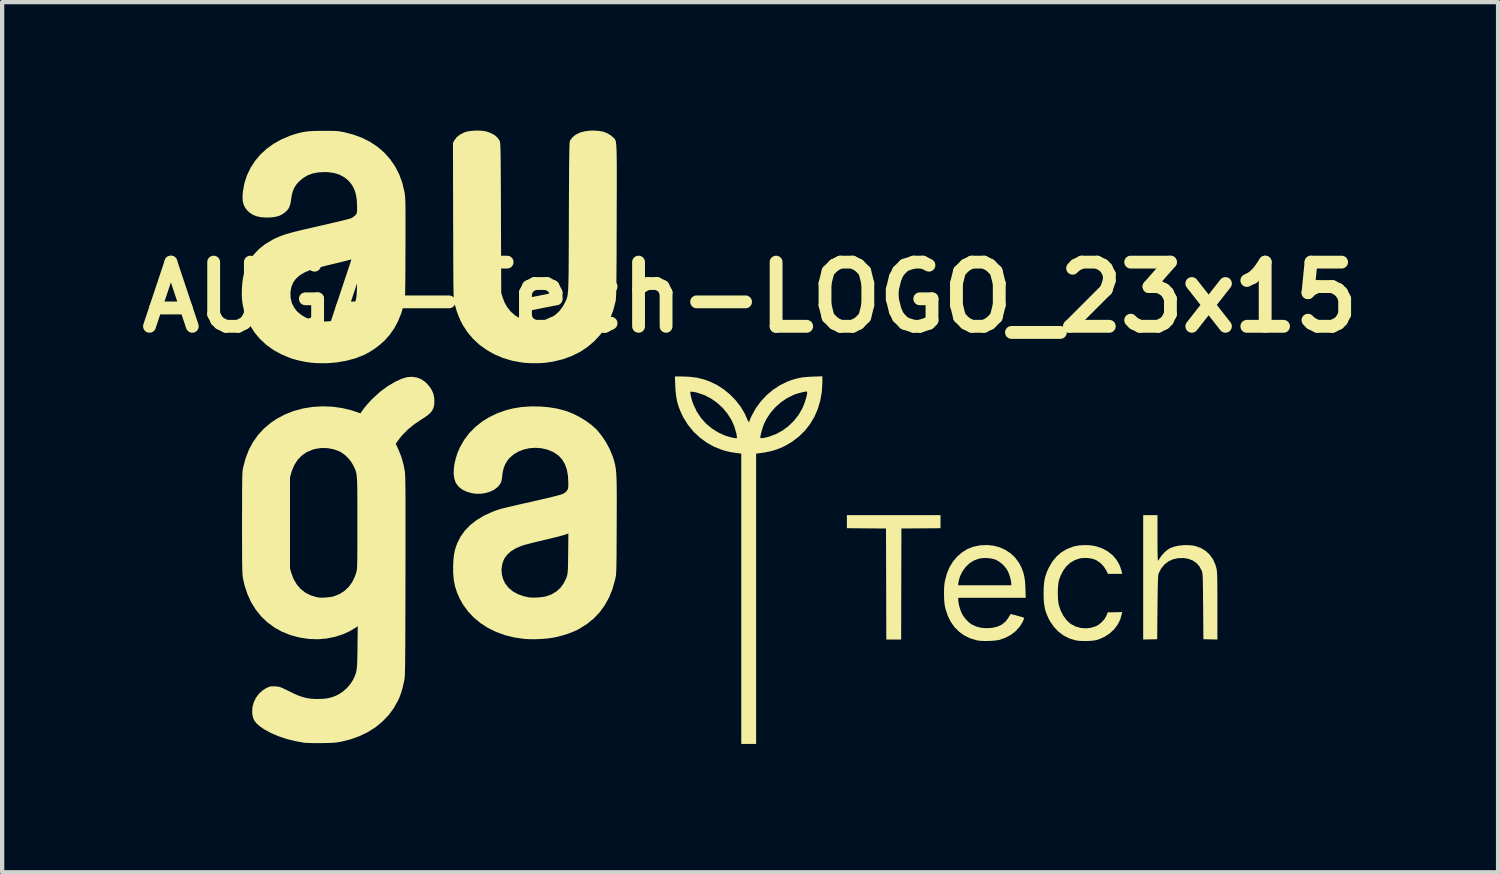
<source format=kicad_pcb>
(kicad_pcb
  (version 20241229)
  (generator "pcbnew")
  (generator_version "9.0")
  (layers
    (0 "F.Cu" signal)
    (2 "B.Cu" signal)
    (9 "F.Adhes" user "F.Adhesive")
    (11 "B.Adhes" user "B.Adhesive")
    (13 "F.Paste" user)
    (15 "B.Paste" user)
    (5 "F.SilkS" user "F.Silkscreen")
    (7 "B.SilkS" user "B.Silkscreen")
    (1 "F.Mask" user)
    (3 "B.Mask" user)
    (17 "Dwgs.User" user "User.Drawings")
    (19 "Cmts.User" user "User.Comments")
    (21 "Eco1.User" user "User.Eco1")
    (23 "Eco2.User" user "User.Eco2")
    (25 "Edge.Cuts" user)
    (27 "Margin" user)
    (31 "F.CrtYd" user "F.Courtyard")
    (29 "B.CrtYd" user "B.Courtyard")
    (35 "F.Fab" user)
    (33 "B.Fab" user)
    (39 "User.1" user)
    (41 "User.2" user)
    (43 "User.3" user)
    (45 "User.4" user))
  (footprint "AUGA-Tech-LOGO_23x15"
    (layer "F.Cu")
    (at 13.979 7.147)
    (property "Reference" "AUGA-Tech-LOGO_23x15" (at 0.5 -3.25 0) (layer "F.SilkS") (effects (font (size 1.5 1.5) (thickness 0.3))))
    (attr board_only exclude_from_pos_files exclude_from_bom)
    (fp_poly (pts (xy 4.949 1.993) (xy 4.949 2.146) (xy 4.492 2.15) (xy 4.035 2.153) (xy 4.032 3.45) (xy 4.029 4.747) (xy 3.855 4.747) (xy 3.682 4.747) (xy 3.679 3.45) (xy 3.675 2.153) (xy 3.218 2.15) (xy 2.761 2.146) (xy 2.761 1.993) (xy 2.761 1.84) (xy 3.855 1.84) (xy 4.949 1.84)) (stroke (width 0) (type solid)) (fill yes) (layer "F.SilkS"))
    (fp_poly (pts (xy 10.019 2.373) (xy 10.019 2.49) (xy 10.02 2.597) (xy 10.021 2.693) (xy 10.022 2.775) (xy 10.024 2.839) (xy 10.026 2.883) (xy 10.028 2.905) (xy 10.029 2.906) (xy 10.04 2.896) (xy 10.06 2.868) (xy 10.079 2.839) (xy 10.124 2.775) (xy 10.183 2.711) (xy 10.247 2.655) (xy 10.308 2.615) (xy 10.31 2.615) (xy 10.398 2.58) (xy 10.503 2.556) (xy 10.617 2.543) (xy 10.734 2.541) (xy 10.844 2.551) (xy 10.911 2.564) (xy 11.037 2.611) (xy 11.147 2.678) (xy 11.24 2.765) (xy 11.315 2.871) (xy 11.371 2.994) (xy 11.398 3.089) (xy 11.403 3.113) (xy 11.406 3.141) (xy 11.41 3.176) (xy 11.412 3.22) (xy 11.415 3.274) (xy 11.416 3.342) (xy 11.417 3.426) (xy 11.418 3.527) (xy 11.419 3.648) (xy 11.419 3.791) (xy 11.419 3.959) (xy 11.419 3.966) (xy 11.419 4.747) (xy 11.256 4.744) (xy 11.092 4.74) (xy 11.086 3.973) (xy 11.084 3.811) (xy 11.083 3.673) (xy 11.082 3.558) (xy 11.08 3.462) (xy 11.079 3.384) (xy 11.077 3.322) (xy 11.075 3.273) (xy 11.072 3.235) (xy 11.069 3.205) (xy 11.065 3.183) (xy 11.061 3.164) (xy 11.055 3.148) (xy 11.049 3.131) (xy 11.048 3.131) (xy 10.996 3.034) (xy 10.925 2.956) (xy 10.836 2.897) (xy 10.733 2.859) (xy 10.634 2.844) (xy 10.503 2.846) (xy 10.384 2.872) (xy 10.277 2.92) (xy 10.186 2.99) (xy 10.11 3.08) (xy 10.052 3.19) (xy 10.041 3.22) (xy 10.037 3.243) (xy 10.033 3.294) (xy 10.03 3.369) (xy 10.027 3.47) (xy 10.024 3.596) (xy 10.022 3.745) (xy 10.02 3.918) (xy 10.019 4) (xy 10.012 4.74) (xy 9.849 4.744) (xy 9.685 4.747) (xy 9.685 3.294) (xy 9.685 1.84) (xy 9.852 1.84) (xy 10.019 1.84)) (stroke (width 0) (type solid)) (fill yes) (layer "F.SilkS"))
    (fp_poly (pts (xy 8.419 2.543) (xy 8.536 2.558) (xy 8.597 2.572) (xy 8.74 2.623) (xy 8.865 2.693) (xy 8.973 2.78) (xy 9.061 2.882) (xy 9.128 2.998) (xy 9.151 3.056) (xy 9.166 3.104) (xy 9.18 3.15) (xy 9.184 3.17) (xy 9.194 3.213) (xy 9.028 3.213) (xy 8.862 3.213) (xy 8.82 3.129) (xy 8.762 3.039) (xy 8.686 2.96) (xy 8.597 2.898) (xy 8.569 2.884) (xy 8.497 2.86) (xy 8.409 2.845) (xy 8.317 2.841) (xy 8.23 2.847) (xy 8.206 2.852) (xy 8.09 2.89) (xy 7.985 2.951) (xy 7.892 3.034) (xy 7.815 3.138) (xy 7.753 3.26) (xy 7.714 3.373) (xy 7.702 3.438) (xy 7.694 3.521) (xy 7.69 3.615) (xy 7.691 3.713) (xy 7.695 3.807) (xy 7.704 3.889) (xy 7.715 3.947) (xy 7.759 4.075) (xy 7.818 4.19) (xy 7.89 4.289) (xy 7.971 4.367) (xy 7.996 4.385) (xy 8.102 4.441) (xy 8.218 4.475) (xy 8.34 4.486) (xy 8.461 4.474) (xy 8.577 4.438) (xy 8.589 4.433) (xy 8.657 4.392) (xy 8.723 4.335) (xy 8.781 4.268) (xy 8.821 4.201) (xy 8.829 4.184) (xy 8.855 4.113) (xy 9.024 4.11) (xy 9.193 4.106) (xy 9.184 4.156) (xy 9.148 4.282) (xy 9.088 4.4) (xy 9.007 4.508) (xy 8.907 4.601) (xy 8.791 4.679) (xy 8.66 4.738) (xy 8.649 4.742) (xy 8.598 4.758) (xy 8.55 4.768) (xy 8.498 4.775) (xy 8.433 4.78) (xy 8.371 4.782) (xy 8.263 4.782) (xy 8.175 4.777) (xy 8.104 4.766) (xy 7.958 4.721) (xy 7.824 4.653) (xy 7.703 4.562) (xy 7.598 4.451) (xy 7.508 4.321) (xy 7.469 4.245) (xy 7.429 4.154) (xy 7.399 4.067) (xy 7.379 3.979) (xy 7.366 3.882) (xy 7.359 3.77) (xy 7.358 3.667) (xy 7.36 3.538) (xy 7.368 3.43) (xy 7.383 3.334) (xy 7.406 3.246) (xy 7.438 3.159) (xy 7.477 3.073) (xy 7.559 2.931) (xy 7.657 2.811) (xy 7.769 2.712) (xy 7.898 2.635) (xy 8.042 2.578) (xy 8.065 2.572) (xy 8.173 2.55) (xy 8.294 2.541)) (stroke (width 0) (type solid)) (fill yes) (layer "F.SilkS"))
    (fp_poly (pts (xy 6.192 2.555) (xy 6.334 2.594) (xy 6.467 2.654) (xy 6.587 2.734) (xy 6.691 2.831) (xy 6.777 2.946) (xy 6.816 3.016) (xy 6.856 3.104) (xy 6.886 3.189) (xy 6.907 3.276) (xy 6.922 3.372) (xy 6.93 3.485) (xy 6.933 3.557) (xy 6.94 3.773) (xy 6.152 3.773) (xy 5.363 3.773) (xy 5.363 3.817) (xy 5.369 3.88) (xy 5.384 3.957) (xy 5.407 4.037) (xy 5.434 4.11) (xy 5.442 4.129) (xy 5.485 4.202) (xy 5.542 4.276) (xy 5.607 4.342) (xy 5.673 4.392) (xy 5.68 4.396) (xy 5.787 4.445) (xy 5.906 4.474) (xy 6.03 4.483) (xy 6.164 4.474) (xy 6.282 4.445) (xy 6.384 4.396) (xy 6.469 4.327) (xy 6.535 4.24) (xy 6.554 4.205) (xy 6.577 4.166) (xy 6.597 4.152) (xy 6.603 4.153) (xy 6.624 4.159) (xy 6.664 4.17) (xy 6.717 4.184) (xy 6.757 4.195) (xy 6.813 4.211) (xy 6.86 4.225) (xy 6.891 4.235) (xy 6.901 4.24) (xy 6.9 4.255) (xy 6.889 4.287) (xy 6.869 4.331) (xy 6.862 4.348) (xy 6.792 4.457) (xy 6.701 4.555) (xy 6.592 4.639) (xy 6.466 4.706) (xy 6.33 4.755) (xy 6.268 4.766) (xy 6.188 4.775) (xy 6.097 4.78) (xy 6.004 4.782) (xy 5.915 4.78) (xy 5.84 4.773) (xy 5.803 4.767) (xy 5.649 4.722) (xy 5.509 4.655) (xy 5.385 4.567) (xy 5.277 4.459) (xy 5.188 4.333) (xy 5.117 4.189) (xy 5.065 4.029) (xy 5.05 3.962) (xy 5.038 3.874) (xy 5.032 3.769) (xy 5.03 3.657) (xy 5.033 3.546) (xy 5.038 3.48) (xy 5.363 3.48) (xy 5.983 3.48) (xy 6.603 3.48) (xy 6.603 3.45) (xy 6.598 3.397) (xy 6.584 3.329) (xy 6.564 3.257) (xy 6.54 3.19) (xy 6.523 3.151) (xy 6.474 3.074) (xy 6.408 2.999) (xy 6.332 2.936) (xy 6.254 2.889) (xy 6.236 2.881) (xy 6.143 2.855) (xy 6.037 2.843) (xy 5.931 2.845) (xy 5.843 2.859) (xy 5.729 2.901) (xy 5.626 2.966) (xy 5.536 3.052) (xy 5.462 3.154) (xy 5.405 3.271) (xy 5.383 3.343) (xy 5.372 3.39) (xy 5.365 3.431) (xy 5.363 3.449) (xy 5.363 3.48) (xy 5.038 3.48) (xy 5.041 3.446) (xy 5.05 3.387) (xy 5.093 3.218) (xy 5.154 3.068) (xy 5.234 2.934) (xy 5.335 2.813) (xy 5.348 2.8) (xy 5.46 2.705) (xy 5.579 2.632) (xy 5.709 2.581) (xy 5.855 2.55) (xy 5.885 2.546) (xy 6.041 2.539)) (stroke (width 0) (type solid)) (fill yes) (layer "F.SilkS"))
    (fp_poly (pts (xy 2.188 -1.265) (xy 2.176 -1.046) (xy 2.14 -0.838) (xy 2.082 -0.641) (xy 2.002 -0.457) (xy 1.9 -0.286) (xy 1.778 -0.131) (xy 1.636 0.008) (xy 1.475 0.129) (xy 1.324 0.218) (xy 1.207 0.273) (xy 1.091 0.316) (xy 0.969 0.35) (xy 0.833 0.377) (xy 0.71 0.394) (xy 0.64 0.403) (xy 0.64 3.795) (xy 0.64 7.187) (xy 0.467 7.187) (xy 0.293 7.187) (xy 0.293 3.795) (xy 0.293 0.403) (xy 0.223 0.394) (xy 0.109 0.379) (xy 0.014 0.362) (xy -0.07 0.342) (xy -0.149 0.319) (xy -0.338 0.244) (xy -0.514 0.147) (xy -0.676 0.028) (xy -0.822 -0.109) (xy -0.949 -0.264) (xy -1.056 -0.434) (xy -1.07 -0.461) (xy -1.129 -0.586) (xy -1.174 -0.704) (xy -1.208 -0.823) (xy -1.231 -0.951) (xy -1.238 -1.024) (xy -0.898 -1.024) (xy -0.893 -0.986) (xy -0.883 -0.934) (xy -0.868 -0.875) (xy -0.85 -0.813) (xy -0.83 -0.757) (xy -0.828 -0.752) (xy -0.749 -0.584) (xy -0.649 -0.432) (xy -0.53 -0.298) (xy -0.392 -0.183) (xy -0.237 -0.087) (xy -0.102 -0.026) (xy -0.046 -0.006) (xy 0.015 0.012) (xy 0.075 0.028) (xy 0.128 0.038) (xy 0.168 0.044) (xy 0.189 0.042) (xy 0.19 0.042) (xy 0.192 0.025) (xy 0.191 0.024) (xy 0.738 0.024) (xy 0.74 0.039) (xy 0.757 0.043) (xy 0.795 0.04) (xy 0.85 0.03) (xy 0.917 0.014) (xy 0.947 0.005) (xy 1.106 -0.054) (xy 1.257 -0.137) (xy 1.397 -0.24) (xy 1.522 -0.362) (xy 1.63 -0.499) (xy 1.717 -0.648) (xy 1.728 -0.672) (xy 1.754 -0.734) (xy 1.779 -0.801) (xy 1.8 -0.869) (xy 1.817 -0.932) (xy 1.829 -0.986) (xy 1.833 -1.025) (xy 1.829 -1.045) (xy 1.828 -1.046) (xy 1.808 -1.047) (xy 1.769 -1.042) (xy 1.717 -1.03) (xy 1.657 -1.015) (xy 1.596 -0.998) (xy 1.54 -0.979) (xy 1.521 -0.971) (xy 1.369 -0.897) (xy 1.226 -0.801) (xy 1.095 -0.686) (xy 0.98 -0.555) (xy 0.885 -0.412) (xy 0.827 -0.296) (xy 0.808 -0.245) (xy 0.788 -0.186) (xy 0.77 -0.123) (xy 0.754 -0.063) (xy 0.743 -0.012) (xy 0.738 0.024) (xy 0.191 0.024) (xy 0.188 -0.01) (xy 0.18 -0.057) (xy 0.178 -0.067) (xy 0.131 -0.231) (xy 0.061 -0.388) (xy -0.031 -0.533) (xy -0.142 -0.666) (xy -0.269 -0.783) (xy -0.41 -0.882) (xy -0.562 -0.961) (xy -0.724 -1.017) (xy -0.787 -1.032) (xy -0.836 -1.04) (xy -0.874 -1.045) (xy -0.894 -1.044) (xy -0.895 -1.043) (xy -0.898 -1.024) (xy -1.238 -1.024) (xy -1.245 -1.092) (xy -1.25 -1.197) (xy -1.258 -1.4) (xy -1.092 -1.4) (xy -0.909 -1.392) (xy -0.743 -1.371) (xy -0.586 -1.333) (xy -0.443 -1.282) (xy -0.275 -1.201) (xy -0.116 -1.098) (xy 0.032 -0.977) (xy 0.165 -0.84) (xy 0.279 -0.692) (xy 0.373 -0.534) (xy 0.422 -0.424) (xy 0.444 -0.374) (xy 0.462 -0.342) (xy 0.474 -0.332) (xy 0.48 -0.343) (xy 0.48 -0.348) (xy 0.486 -0.366) (xy 0.5 -0.402) (xy 0.521 -0.449) (xy 0.534 -0.477) (xy 0.629 -0.651) (xy 0.746 -0.812) (xy 0.881 -0.958) (xy 1.031 -1.086) (xy 1.195 -1.194) (xy 1.369 -1.279) (xy 1.459 -1.313) (xy 1.549 -1.341) (xy 1.633 -1.362) (xy 1.717 -1.377) (xy 1.81 -1.387) (xy 1.92 -1.394) (xy 1.964 -1.396) (xy 2.188 -1.404)) (stroke (width 0) (type solid)) (fill yes) (layer "F.SilkS"))
    (fp_poly (pts (xy -3.046 -7.14) (xy -2.934 -7.12) (xy -2.839 -7.084) (xy -2.754 -7.032) (xy -2.714 -6.998) (xy -2.7 -6.986) (xy -2.687 -6.975) (xy -2.676 -6.965) (xy -2.666 -6.954) (xy -2.657 -6.941) (xy -2.649 -6.924) (xy -2.642 -6.902) (xy -2.636 -6.874) (xy -2.631 -6.838) (xy -2.627 -6.794) (xy -2.624 -6.738) (xy -2.621 -6.671) (xy -2.619 -6.591) (xy -2.618 -6.497) (xy -2.617 -6.386) (xy -2.616 -6.259) (xy -2.616 -6.113) (xy -2.616 -5.947) (xy -2.616 -5.76) (xy -2.617 -5.551) (xy -2.618 -5.317) (xy -2.618 -5.059) (xy -2.618 -5.047) (xy -2.619 -4.79) (xy -2.62 -4.559) (xy -2.62 -4.352) (xy -2.621 -4.167) (xy -2.622 -4.003) (xy -2.623 -3.859) (xy -2.624 -3.733) (xy -2.625 -3.624) (xy -2.626 -3.531) (xy -2.627 -3.451) (xy -2.629 -3.384) (xy -2.63 -3.328) (xy -2.632 -3.282) (xy -2.634 -3.245) (xy -2.637 -3.214) (xy -2.639 -3.189) (xy -2.642 -3.168) (xy -2.646 -3.15) (xy -2.646 -3.147) (xy -2.703 -2.932) (xy -2.781 -2.731) (xy -2.881 -2.546) (xy -3 -2.377) (xy -3.139 -2.226) (xy -3.297 -2.092) (xy -3.471 -1.976) (xy -3.663 -1.88) (xy -3.87 -1.804) (xy -4.092 -1.749) (xy -4.276 -1.721) (xy -4.389 -1.712) (xy -4.517 -1.709) (xy -4.648 -1.711) (xy -4.772 -1.719) (xy -4.843 -1.727) (xy -5.066 -1.769) (xy -5.278 -1.833) (xy -5.476 -1.917) (xy -5.66 -2.021) (xy -5.827 -2.142) (xy -5.977 -2.282) (xy -6.108 -2.437) (xy -6.218 -2.608) (xy -6.269 -2.708) (xy -6.318 -2.822) (xy -6.358 -2.933) (xy -6.393 -3.055) (xy -6.407 -3.112) (xy -6.411 -3.13) (xy -6.415 -3.147) (xy -6.418 -3.165) (xy -6.421 -3.186) (xy -6.424 -3.212) (xy -6.426 -3.242) (xy -6.428 -3.28) (xy -6.43 -3.325) (xy -6.431 -3.381) (xy -6.432 -3.447) (xy -6.434 -3.526) (xy -6.435 -3.619) (xy -6.435 -3.728) (xy -6.436 -3.853) (xy -6.437 -3.996) (xy -6.437 -4.158) (xy -6.438 -4.342) (xy -6.438 -4.548) (xy -6.439 -4.778) (xy -6.44 -5.033) (xy -6.44 -5.047) (xy -6.444 -6.86) (xy -6.404 -6.928) (xy -6.351 -6.997) (xy -6.275 -7.055) (xy -6.175 -7.104) (xy -6.165 -7.108) (xy -6.101 -7.126) (xy -6.02 -7.138) (xy -5.928 -7.145) (xy -5.835 -7.146) (xy -5.748 -7.14) (xy -5.675 -7.128) (xy -5.67 -7.127) (xy -5.561 -7.089) (xy -5.469 -7.038) (xy -5.398 -6.975) (xy -5.354 -6.91) (xy -5.351 -6.902) (xy -5.347 -6.892) (xy -5.345 -6.878) (xy -5.342 -6.86) (xy -5.34 -6.836) (xy -5.338 -6.804) (xy -5.336 -6.763) (xy -5.334 -6.713) (xy -5.333 -6.65) (xy -5.331 -6.575) (xy -5.33 -6.485) (xy -5.329 -6.379) (xy -5.328 -6.256) (xy -5.327 -6.115) (xy -5.326 -5.954) (xy -5.325 -5.771) (xy -5.324 -5.566) (xy -5.323 -5.337) (xy -5.323 -5.107) (xy -5.316 -3.353) (xy -5.285 -3.253) (xy -5.238 -3.129) (xy -5.179 -3.022) (xy -5.102 -2.926) (xy -5.083 -2.905) (xy -4.98 -2.817) (xy -4.865 -2.752) (xy -4.738 -2.709) (xy -4.594 -2.686) (xy -4.583 -2.685) (xy -4.439 -2.688) (xy -4.303 -2.713) (xy -4.176 -2.762) (xy -4.062 -2.832) (xy -3.963 -2.921) (xy -3.88 -3.029) (xy -3.844 -3.095) (xy -3.829 -3.123) (xy -3.817 -3.148) (xy -3.805 -3.171) (xy -3.795 -3.194) (xy -3.786 -3.217) (xy -3.778 -3.243) (xy -3.771 -3.272) (xy -3.765 -3.307) (xy -3.76 -3.349) (xy -3.755 -3.399) (xy -3.751 -3.458) (xy -3.748 -3.528) (xy -3.746 -3.611) (xy -3.744 -3.707) (xy -3.742 -3.819) (xy -3.741 -3.948) (xy -3.74 -4.095) (xy -3.739 -4.261) (xy -3.738 -4.449) (xy -3.737 -4.659) (xy -3.736 -4.893) (xy -3.736 -5.12) (xy -3.735 -5.373) (xy -3.734 -5.601) (xy -3.733 -5.805) (xy -3.732 -5.987) (xy -3.731 -6.147) (xy -3.73 -6.287) (xy -3.729 -6.409) (xy -3.727 -6.514) (xy -3.726 -6.602) (xy -3.725 -6.677) (xy -3.723 -6.738) (xy -3.722 -6.787) (xy -3.72 -6.826) (xy -3.718 -6.857) (xy -3.715 -6.879) (xy -3.713 -6.895) (xy -3.71 -6.906) (xy -3.707 -6.914) (xy -3.707 -6.914) (xy -3.65 -6.99) (xy -3.572 -7.052) (xy -3.475 -7.099) (xy -3.36 -7.13) (xy -3.229 -7.145) (xy -3.177 -7.147)) (stroke (width 0) (type solid)) (fill yes) (layer "F.SilkS"))
    (fp_poly (pts (xy -4.425 -0.699) (xy -4.216 -0.682) (xy -4.016 -0.65) (xy -3.83 -0.602) (xy -3.776 -0.584) (xy -3.625 -0.523) (xy -3.476 -0.447) (xy -3.335 -0.36) (xy -3.207 -0.266) (xy -3.098 -0.169) (xy -3.076 -0.146) (xy -2.967 -0.012) (xy -2.867 0.138) (xy -2.781 0.298) (xy -2.714 0.46) (xy -2.689 0.536) (xy -2.676 0.582) (xy -2.665 0.624) (xy -2.655 0.665) (xy -2.647 0.708) (xy -2.64 0.753) (xy -2.634 0.803) (xy -2.629 0.86) (xy -2.625 0.926) (xy -2.622 1.003) (xy -2.619 1.091) (xy -2.618 1.195) (xy -2.617 1.314) (xy -2.616 1.452) (xy -2.617 1.611) (xy -2.617 1.791) (xy -2.618 1.996) (xy -2.618 2.074) (xy -2.619 2.274) (xy -2.62 2.449) (xy -2.621 2.601) (xy -2.621 2.733) (xy -2.622 2.845) (xy -2.624 2.939) (xy -2.625 3.019) (xy -2.626 3.084) (xy -2.628 3.139) (xy -2.631 3.183) (xy -2.633 3.219) (xy -2.636 3.249) (xy -2.64 3.275) (xy -2.644 3.299) (xy -2.649 3.322) (xy -2.653 3.34) (xy -2.714 3.559) (xy -2.794 3.76) (xy -2.894 3.942) (xy -3.013 4.107) (xy -3.152 4.254) (xy -3.311 4.383) (xy -3.49 4.496) (xy -3.553 4.529) (xy -3.647 4.571) (xy -3.76 4.613) (xy -3.881 4.651) (xy -4.002 4.683) (xy -4.111 4.706) (xy -4.227 4.722) (xy -4.357 4.733) (xy -4.494 4.739) (xy -4.627 4.74) (xy -4.747 4.735) (xy -4.781 4.732) (xy -5.012 4.699) (xy -5.231 4.645) (xy -5.436 4.57) (xy -5.626 4.477) (xy -5.8 4.364) (xy -5.957 4.234) (xy -6.095 4.087) (xy -6.213 3.924) (xy -6.286 3.793) (xy -6.349 3.651) (xy -6.395 3.507) (xy -6.425 3.357) (xy -6.439 3.195) (xy -6.439 3.114) (xy -5.31 3.114) (xy -5.301 3.231) (xy -5.27 3.344) (xy -5.221 3.443) (xy -5.145 3.538) (xy -5.049 3.619) (xy -4.933 3.685) (xy -4.801 3.733) (xy -4.676 3.761) (xy -4.611 3.767) (xy -4.53 3.768) (xy -4.443 3.763) (xy -4.359 3.755) (xy -4.288 3.743) (xy -4.276 3.74) (xy -4.144 3.694) (xy -4.03 3.627) (xy -3.934 3.54) (xy -3.856 3.434) (xy -3.795 3.308) (xy -3.781 3.267) (xy -3.774 3.243) (xy -3.769 3.216) (xy -3.765 3.182) (xy -3.761 3.137) (xy -3.758 3.079) (xy -3.756 3.005) (xy -3.754 2.912) (xy -3.753 2.797) (xy -3.752 2.731) (xy -3.747 2.268) (xy -3.817 2.295) (xy -3.847 2.305) (xy -3.899 2.319) (xy -3.97 2.338) (xy -4.056 2.36) (xy -4.152 2.383) (xy -4.257 2.409) (xy -4.315 2.422) (xy -4.423 2.448) (xy -4.526 2.473) (xy -4.622 2.497) (xy -4.706 2.519) (xy -4.773 2.537) (xy -4.821 2.551) (xy -4.836 2.556) (xy -4.971 2.613) (xy -5.082 2.68) (xy -5.17 2.757) (xy -5.237 2.846) (xy -5.26 2.89) (xy -5.296 2.998) (xy -5.31 3.114) (xy -6.439 3.114) (xy -6.44 3.016) (xy -6.433 2.889) (xy -6.422 2.781) (xy -6.405 2.687) (xy -6.381 2.598) (xy -6.349 2.508) (xy -6.345 2.498) (xy -6.267 2.344) (xy -6.166 2.202) (xy -6.042 2.074) (xy -5.894 1.958) (xy -5.724 1.855) (xy -5.531 1.766) (xy -5.497 1.753) (xy -5.463 1.74) (xy -5.43 1.728) (xy -5.396 1.717) (xy -5.357 1.705) (xy -5.313 1.692) (xy -5.259 1.678) (xy -5.195 1.662) (xy -5.117 1.644) (xy -5.024 1.622) (xy -4.913 1.596) (xy -4.782 1.566) (xy -4.628 1.532) (xy -4.547 1.513) (xy -4.39 1.477) (xy -4.251 1.445) (xy -4.132 1.416) (xy -4.032 1.391) (xy -3.955 1.37) (xy -3.901 1.354) (xy -3.873 1.343) (xy -3.829 1.316) (xy -3.791 1.283) (xy -3.779 1.267) (xy -3.765 1.244) (xy -3.756 1.219) (xy -3.751 1.186) (xy -3.749 1.138) (xy -3.749 1.077) (xy -3.758 0.914) (xy -3.784 0.77) (xy -3.83 0.646) (xy -3.893 0.539) (xy -3.976 0.45) (xy -4.078 0.379) (xy -4.114 0.36) (xy -4.244 0.308) (xy -4.381 0.277) (xy -4.519 0.267) (xy -4.656 0.277) (xy -4.788 0.306) (xy -4.912 0.354) (xy -5.023 0.419) (xy -5.119 0.502) (xy -5.169 0.561) (xy -5.223 0.649) (xy -5.261 0.748) (xy -5.286 0.863) (xy -5.294 0.93) (xy -5.302 0.997) (xy -5.312 1.046) (xy -5.327 1.085) (xy -5.345 1.117) (xy -5.403 1.187) (xy -5.482 1.246) (xy -5.576 1.292) (xy -5.682 1.325) (xy -5.795 1.341) (xy -5.911 1.341) (xy -6.001 1.328) (xy -6.126 1.292) (xy -6.229 1.242) (xy -6.311 1.177) (xy -6.372 1.096) (xy -6.384 1.072) (xy -6.413 0.987) (xy -6.427 0.884) (xy -6.425 0.768) (xy -6.409 0.642) (xy -6.378 0.511) (xy -6.335 0.378) (xy -6.283 0.259) (xy -6.185 0.086) (xy -6.065 -0.073) (xy -5.925 -0.216) (xy -5.766 -0.344) (xy -5.59 -0.453) (xy -5.398 -0.544) (xy -5.192 -0.616) (xy -5.04 -0.653) (xy -4.842 -0.685) (xy -4.635 -0.7)) (stroke (width 0) (type solid)) (fill yes) (layer "F.SilkS"))
    (fp_poly (pts (xy -9.37 -7.139) (xy -9.284 -7.139) (xy -9.215 -7.137) (xy -9.158 -7.134) (xy -9.109 -7.129) (xy -9.063 -7.122) (xy -9.014 -7.113) (xy -8.995 -7.11) (xy -8.772 -7.052) (xy -8.565 -6.975) (xy -8.374 -6.878) (xy -8.201 -6.762) (xy -8.047 -6.628) (xy -7.912 -6.477) (xy -7.797 -6.309) (xy -7.702 -6.126) (xy -7.629 -5.928) (xy -7.578 -5.716) (xy -7.569 -5.662) (xy -7.566 -5.634) (xy -7.563 -5.602) (xy -7.56 -5.563) (xy -7.558 -5.515) (xy -7.556 -5.457) (xy -7.555 -5.387) (xy -7.554 -5.303) (xy -7.553 -5.203) (xy -7.553 -5.085) (xy -7.553 -4.949) (xy -7.553 -4.791) (xy -7.553 -4.61) (xy -7.554 -4.404) (xy -7.554 -4.382) (xy -7.555 -4.18) (xy -7.556 -4.003) (xy -7.556 -3.85) (xy -7.557 -3.717) (xy -7.558 -3.603) (xy -7.559 -3.508) (xy -7.561 -3.427) (xy -7.562 -3.36) (xy -7.564 -3.306) (xy -7.566 -3.261) (xy -7.569 -3.224) (xy -7.572 -3.194) (xy -7.575 -3.168) (xy -7.579 -3.144) (xy -7.584 -3.122) (xy -7.588 -3.104) (xy -7.647 -2.892) (xy -7.723 -2.7) (xy -7.816 -2.525) (xy -7.929 -2.366) (xy -8.043 -2.238) (xy -8.144 -2.148) (xy -8.26 -2.058) (xy -8.384 -1.977) (xy -8.505 -1.911) (xy -8.527 -1.901) (xy -8.723 -1.824) (xy -8.935 -1.767) (xy -9.159 -1.728) (xy -9.39 -1.709) (xy -9.624 -1.711) (xy -9.758 -1.721) (xy -9.884 -1.739) (xy -10.018 -1.766) (xy -10.148 -1.799) (xy -10.244 -1.829) (xy -10.449 -1.914) (xy -10.637 -2.017) (xy -10.805 -2.138) (xy -10.953 -2.275) (xy -11.081 -2.428) (xy -11.188 -2.597) (xy -11.273 -2.779) (xy -11.335 -2.975) (xy -11.361 -3.098) (xy -11.374 -3.204) (xy -11.379 -3.325) (xy -11.378 -3.36) (xy -10.242 -3.36) (xy -10.238 -3.233) (xy -10.209 -3.116) (xy -10.156 -3.009) (xy -10.081 -2.914) (xy -9.982 -2.833) (xy -9.882 -2.774) (xy -9.787 -2.733) (xy -9.696 -2.705) (xy -9.601 -2.69) (xy -9.494 -2.684) (xy -9.425 -2.685) (xy -9.345 -2.689) (xy -9.283 -2.695) (xy -9.229 -2.705) (xy -9.175 -2.72) (xy -9.16 -2.725) (xy -9.034 -2.779) (xy -8.928 -2.849) (xy -8.842 -2.936) (xy -8.773 -3.041) (xy -8.764 -3.059) (xy -8.744 -3.103) (xy -8.727 -3.146) (xy -8.714 -3.191) (xy -8.704 -3.241) (xy -8.696 -3.301) (xy -8.691 -3.373) (xy -8.688 -3.46) (xy -8.686 -3.566) (xy -8.685 -3.693) (xy -8.685 -3.755) (xy -8.685 -4.184) (xy -8.761 -4.153) (xy -8.793 -4.142) (xy -8.848 -4.127) (xy -8.92 -4.108) (xy -9.007 -4.086) (xy -9.104 -4.062) (xy -9.208 -4.037) (xy -9.252 -4.027) (xy -9.359 -4.001) (xy -9.464 -3.975) (xy -9.562 -3.95) (xy -9.648 -3.927) (xy -9.719 -3.907) (xy -9.769 -3.892) (xy -9.781 -3.888) (xy -9.916 -3.829) (xy -10.026 -3.762) (xy -10.112 -3.685) (xy -10.176 -3.597) (xy -10.218 -3.497) (xy -10.24 -3.384) (xy -10.242 -3.36) (xy -11.378 -3.36) (xy -11.376 -3.454) (xy -11.367 -3.581) (xy -11.352 -3.698) (xy -11.334 -3.778) (xy -11.277 -3.951) (xy -11.198 -4.109) (xy -11.098 -4.251) (xy -10.975 -4.379) (xy -10.831 -4.493) (xy -10.663 -4.594) (xy -10.615 -4.618) (xy -10.562 -4.643) (xy -10.509 -4.666) (xy -10.453 -4.688) (xy -10.391 -4.71) (xy -10.321 -4.732) (xy -10.24 -4.755) (xy -10.146 -4.78) (xy -10.037 -4.807) (xy -9.909 -4.838) (xy -9.761 -4.872) (xy -9.59 -4.911) (xy -9.551 -4.92) (xy -9.42 -4.95) (xy -9.296 -4.979) (xy -9.18 -5.006) (xy -9.075 -5.031) (xy -8.986 -5.053) (xy -8.913 -5.072) (xy -8.86 -5.086) (xy -8.831 -5.095) (xy -8.828 -5.096) (xy -8.781 -5.122) (xy -8.738 -5.156) (xy -8.724 -5.169) (xy -8.707 -5.189) (xy -8.696 -5.208) (xy -8.689 -5.232) (xy -8.686 -5.265) (xy -8.685 -5.315) (xy -8.685 -5.366) (xy -8.691 -5.519) (xy -8.712 -5.653) (xy -8.748 -5.768) (xy -8.8 -5.869) (xy -8.869 -5.957) (xy -8.882 -5.972) (xy -8.98 -6.053) (xy -9.092 -6.114) (xy -9.22 -6.154) (xy -9.364 -6.174) (xy -9.452 -6.176) (xy -9.597 -6.168) (xy -9.724 -6.143) (xy -9.838 -6.101) (xy -9.941 -6.04) (xy -10.028 -5.968) (xy -10.099 -5.892) (xy -10.152 -5.811) (xy -10.19 -5.719) (xy -10.216 -5.61) (xy -10.224 -5.552) (xy -10.238 -5.46) (xy -10.256 -5.389) (xy -10.281 -5.333) (xy -10.313 -5.287) (xy -10.341 -5.259) (xy -10.415 -5.2) (xy -10.494 -5.158) (xy -10.584 -5.131) (xy -10.689 -5.117) (xy -10.786 -5.113) (xy -10.916 -5.12) (xy -11.026 -5.141) (xy -11.12 -5.178) (xy -11.2 -5.231) (xy -11.253 -5.282) (xy -11.304 -5.349) (xy -11.338 -5.421) (xy -11.357 -5.503) (xy -11.362 -5.6) (xy -11.354 -5.716) (xy -11.353 -5.721) (xy -11.318 -5.915) (xy -11.258 -6.1) (xy -11.174 -6.275) (xy -11.069 -6.437) (xy -10.943 -6.587) (xy -10.797 -6.721) (xy -10.632 -6.84) (xy -10.449 -6.942) (xy -10.25 -7.025) (xy -10.21 -7.039) (xy -10.116 -7.069) (xy -10.032 -7.092) (xy -9.951 -7.11) (xy -9.869 -7.123) (xy -9.78 -7.132) (xy -9.678 -7.137) (xy -9.558 -7.139) (xy -9.478 -7.139)) (stroke (width 0) (type solid)) (fill yes) (layer "F.SilkS"))
    (fp_poly (pts (xy -7.29 -1.376) (xy -7.185 -1.335) (xy -7.089 -1.269) (xy -7.005 -1.18) (xy -6.998 -1.171) (xy -6.938 -1.08) (xy -6.9 -0.99) (xy -6.882 -0.894) (xy -6.878 -0.827) (xy -6.882 -0.741) (xy -6.898 -0.669) (xy -6.929 -0.604) (xy -6.976 -0.545) (xy -7.043 -0.487) (xy -7.132 -0.426) (xy -7.166 -0.405) (xy -7.347 -0.284) (xy -7.506 -0.154) (xy -7.641 -0.015) (xy -7.731 0.102) (xy -7.781 0.174) (xy -7.72 0.305) (xy -7.646 0.49) (xy -7.594 0.682) (xy -7.57 0.812) (xy -7.568 0.833) (xy -7.565 0.857) (xy -7.563 0.886) (xy -7.561 0.922) (xy -7.56 0.966) (xy -7.558 1.018) (xy -7.557 1.08) (xy -7.556 1.153) (xy -7.555 1.239) (xy -7.554 1.338) (xy -7.553 1.452) (xy -7.553 1.582) (xy -7.553 1.73) (xy -7.553 1.896) (xy -7.553 2.082) (xy -7.553 2.288) (xy -7.553 2.517) (xy -7.553 2.769) (xy -7.554 3.045) (xy -7.554 3.273) (xy -7.555 3.565) (xy -7.555 3.831) (xy -7.556 4.073) (xy -7.557 4.292) (xy -7.557 4.49) (xy -7.558 4.667) (xy -7.558 4.824) (xy -7.559 4.964) (xy -7.56 5.087) (xy -7.561 5.194) (xy -7.562 5.287) (xy -7.563 5.367) (xy -7.564 5.435) (xy -7.566 5.492) (xy -7.567 5.54) (xy -7.569 5.58) (xy -7.571 5.613) (xy -7.573 5.641) (xy -7.576 5.664) (xy -7.578 5.683) (xy -7.581 5.701) (xy -7.585 5.718) (xy -7.587 5.727) (xy -7.619 5.867) (xy -7.653 5.987) (xy -7.692 6.093) (xy -7.725 6.167) (xy -7.826 6.349) (xy -7.949 6.515) (xy -8.092 6.664) (xy -8.253 6.797) (xy -8.433 6.911) (xy -8.63 7.006) (xy -8.843 7.082) (xy -9.052 7.134) (xy -9.107 7.144) (xy -9.16 7.152) (xy -9.218 7.158) (xy -9.284 7.162) (xy -9.366 7.165) (xy -9.466 7.167) (xy -9.512 7.168) (xy -9.606 7.168) (xy -9.697 7.168) (xy -9.78 7.166) (xy -9.848 7.164) (xy -9.897 7.161) (xy -9.912 7.16) (xy -10.124 7.123) (xy -10.329 7.072) (xy -10.52 7.008) (xy -10.696 6.933) (xy -10.85 6.848) (xy -10.868 6.837) (xy -10.96 6.773) (xy -11.029 6.713) (xy -11.078 6.653) (xy -11.111 6.589) (xy -11.129 6.516) (xy -11.136 6.452) (xy -11.131 6.332) (xy -11.1 6.216) (xy -11.048 6.108) (xy -10.976 6.012) (xy -10.887 5.932) (xy -10.803 5.881) (xy -10.756 5.859) (xy -10.72 5.847) (xy -10.683 5.841) (xy -10.635 5.841) (xy -10.603 5.842) (xy -10.563 5.845) (xy -10.53 5.848) (xy -10.498 5.855) (xy -10.463 5.867) (xy -10.42 5.885) (xy -10.364 5.912) (xy -10.29 5.948) (xy -10.272 5.957) (xy -10.152 6.015) (xy -10.048 6.06) (xy -9.955 6.092) (xy -9.867 6.115) (xy -9.779 6.129) (xy -9.684 6.136) (xy -9.605 6.137) (xy -9.483 6.133) (xy -9.379 6.121) (xy -9.284 6.099) (xy -9.191 6.065) (xy -9.123 6.033) (xy -9.028 5.973) (xy -8.936 5.895) (xy -8.854 5.803) (xy -8.789 5.707) (xy -8.775 5.68) (xy -8.752 5.632) (xy -8.733 5.589) (xy -8.718 5.547) (xy -8.706 5.503) (xy -8.696 5.454) (xy -8.689 5.396) (xy -8.684 5.327) (xy -8.681 5.243) (xy -8.678 5.141) (xy -8.676 5.017) (xy -8.675 4.921) (xy -8.669 4.435) (xy -8.7 4.458) (xy -8.854 4.552) (xy -9.025 4.629) (xy -9.207 4.686) (xy -9.399 4.724) (xy -9.594 4.741) (xy -9.79 4.735) (xy -9.808 4.734) (xy -10.032 4.7) (xy -10.241 4.644) (xy -10.436 4.566) (xy -10.615 4.467) (xy -10.778 4.348) (xy -10.923 4.21) (xy -11.05 4.053) (xy -11.159 3.878) (xy -11.247 3.685) (xy -11.316 3.476) (xy -11.348 3.332) (xy -11.353 3.309) (xy -11.356 3.284) (xy -11.36 3.255) (xy -11.362 3.222) (xy -11.365 3.181) (xy -11.367 3.132) (xy -11.368 3.087) (xy -10.252 3.087) (xy -10.221 3.193) (xy -10.168 3.335) (xy -10.095 3.459) (xy -10.005 3.564) (xy -9.898 3.649) (xy -9.775 3.713) (xy -9.637 3.755) (xy -9.585 3.765) (xy -9.534 3.769) (xy -9.466 3.768) (xy -9.391 3.763) (xy -9.318 3.755) (xy -9.256 3.745) (xy -9.232 3.739) (xy -9.099 3.687) (xy -8.982 3.613) (xy -8.882 3.52) (xy -8.799 3.406) (xy -8.735 3.274) (xy -8.702 3.173) (xy -8.697 3.156) (xy -8.693 3.136) (xy -8.69 3.112) (xy -8.687 3.083) (xy -8.685 3.045) (xy -8.683 2.998) (xy -8.682 2.939) (xy -8.68 2.867) (xy -8.68 2.779) (xy -8.679 2.674) (xy -8.678 2.551) (xy -8.678 2.406) (xy -8.678 2.239) (xy -8.678 2.047) (xy -8.678 2.02) (xy -8.678 1.82) (xy -8.678 1.645) (xy -8.678 1.492) (xy -8.679 1.361) (xy -8.68 1.248) (xy -8.681 1.153) (xy -8.684 1.072) (xy -8.687 1.005) (xy -8.691 0.949) (xy -8.696 0.902) (xy -8.703 0.862) (xy -8.711 0.828) (xy -8.72 0.798) (xy -8.731 0.769) (xy -8.744 0.74) (xy -8.759 0.708) (xy -8.772 0.682) (xy -8.824 0.593) (xy -8.895 0.506) (xy -8.977 0.429) (xy -9.062 0.369) (xy -9.098 0.35) (xy -9.232 0.301) (xy -9.374 0.275) (xy -9.52 0.272) (xy -9.662 0.293) (xy -9.732 0.313) (xy -9.862 0.369) (xy -9.974 0.446) (xy -10.068 0.542) (xy -10.145 0.658) (xy -10.205 0.794) (xy -10.221 0.847) (xy -10.252 0.953) (xy -10.252 2.02) (xy -10.252 3.087) (xy -11.368 3.087) (xy -11.368 3.071) (xy -11.37 2.999) (xy -11.371 2.912) (xy -11.371 2.809) (xy -11.372 2.688) (xy -11.372 2.548) (xy -11.373 2.386) (xy -11.373 2.201) (xy -11.373 2.027) (xy -11.373 1.821) (xy -11.372 1.639) (xy -11.372 1.481) (xy -11.372 1.344) (xy -11.371 1.227) (xy -11.37 1.127) (xy -11.369 1.043) (xy -11.368 0.974) (xy -11.366 0.916) (xy -11.364 0.869) (xy -11.362 0.831) (xy -11.359 0.8) (xy -11.356 0.774) (xy -11.352 0.751) (xy -11.349 0.733) (xy -11.291 0.515) (xy -11.214 0.315) (xy -11.117 0.133) (xy -10.999 -0.033) (xy -10.86 -0.183) (xy -10.701 -0.317) (xy -10.545 -0.421) (xy -10.356 -0.519) (xy -10.153 -0.597) (xy -9.939 -0.654) (xy -9.718 -0.689) (xy -9.492 -0.702) (xy -9.265 -0.694) (xy -9.04 -0.663) (xy -8.821 -0.611) (xy -8.73 -0.581) (xy -8.607 -0.538) (xy -8.536 -0.639) (xy -8.499 -0.686) (xy -8.45 -0.744) (xy -8.393 -0.808) (xy -8.334 -0.87) (xy -8.317 -0.886) (xy -8.144 -1.044) (xy -7.964 -1.177) (xy -7.776 -1.285) (xy -7.637 -1.348) (xy -7.518 -1.383) (xy -7.402 -1.392)) (stroke (width 0) (type solid)) (fill yes) (layer "F.SilkS")))
  (gr_rect
    (start -3 -3)
    (end 31.957 17.333)
    (stroke (width 0.1) (type default))
    (fill no)
    (layer "Edge.Cuts")))
</source>
